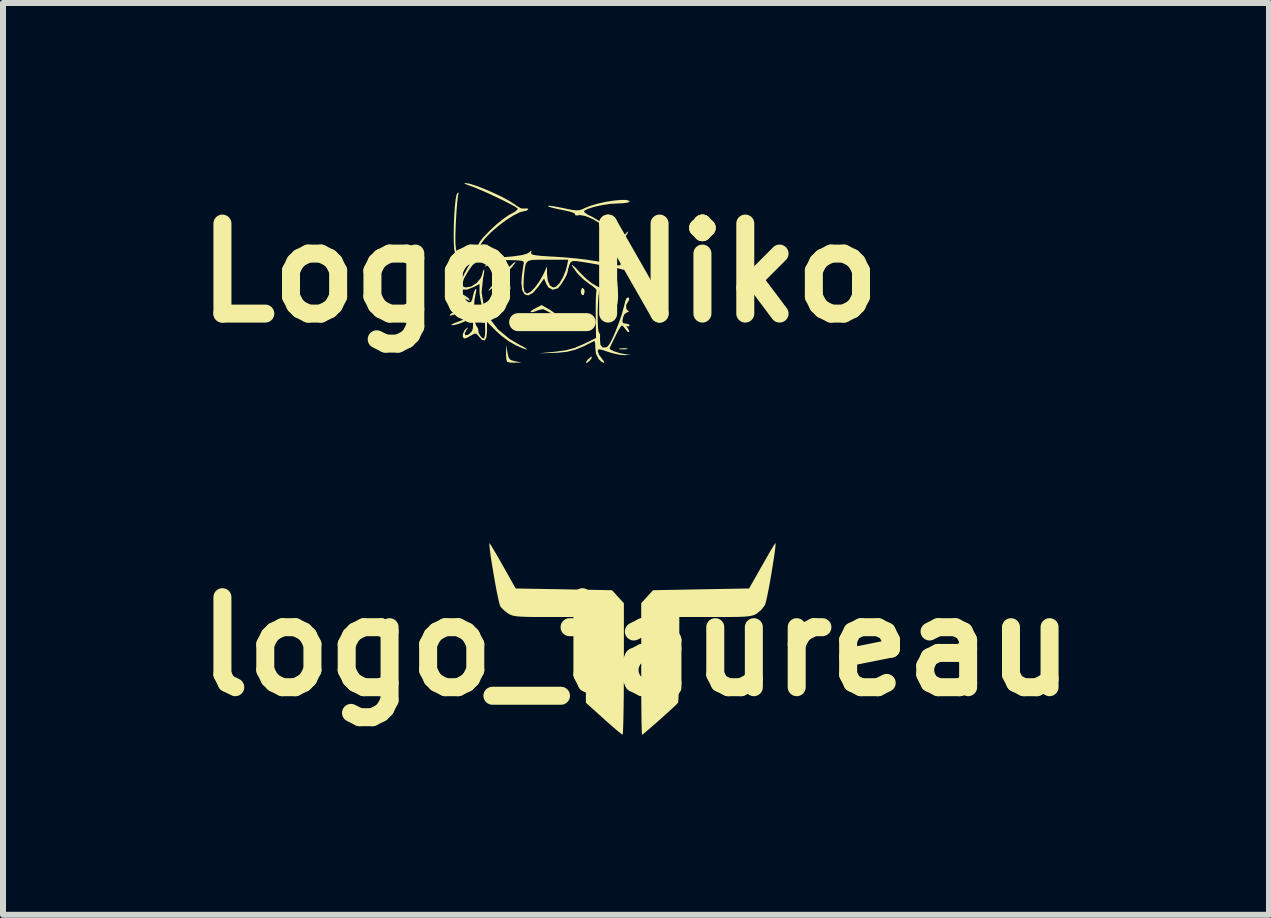
<source format=kicad_pcb>
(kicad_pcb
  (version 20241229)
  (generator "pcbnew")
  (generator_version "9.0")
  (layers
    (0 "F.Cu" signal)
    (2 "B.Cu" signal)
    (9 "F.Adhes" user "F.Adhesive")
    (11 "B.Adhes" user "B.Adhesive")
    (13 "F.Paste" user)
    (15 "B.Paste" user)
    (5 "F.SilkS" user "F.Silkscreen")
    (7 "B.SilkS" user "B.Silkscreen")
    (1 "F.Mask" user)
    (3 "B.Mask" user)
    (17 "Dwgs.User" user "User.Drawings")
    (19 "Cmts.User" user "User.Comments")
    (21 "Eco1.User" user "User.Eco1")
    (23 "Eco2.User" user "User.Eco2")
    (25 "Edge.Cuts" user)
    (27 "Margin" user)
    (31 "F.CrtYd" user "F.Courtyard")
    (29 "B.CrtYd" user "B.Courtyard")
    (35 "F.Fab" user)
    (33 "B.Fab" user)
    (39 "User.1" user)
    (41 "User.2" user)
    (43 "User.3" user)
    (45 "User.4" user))
  (footprint "logo_taureau"
    (layer "F.Cu")
    (at 7.55 7.725)
    (property "Reference" "logo_taureau" (at 0 0 0) (layer "F.SilkS") (effects (font (size 1.5 1.5) (thickness 0.3))))
    (attr board_only exclude_from_pos_files exclude_from_bom)
    (fp_poly (pts (xy -2.427 -1.702) (xy -2.388 -1.639) (xy -2.331 -1.543) (xy -2.261 -1.421) (xy -2.22 -1.349) (xy -2.005 -0.967) (xy -1.202 -0.953) (xy -0.4 -0.938) (xy -0.301 -0.83) (xy -0.202 -0.722) (xy -0.202 0.375) (xy -0.203 0.62) (xy -0.204 0.846) (xy -0.207 1.047) (xy -0.21 1.215) (xy -0.214 1.346) (xy -0.218 1.433) (xy -0.223 1.47) (xy -0.224 1.47) (xy -0.252 1.451) (xy -0.314 1.401) (xy -0.403 1.325) (xy -0.508 1.232) (xy -0.54 1.203) (xy -0.835 0.938) (xy -0.836 0.224) (xy -0.837 -0.491) (xy -1.436 -0.491) (xy -1.64 -0.491) (xy -1.794 -0.493) (xy -1.908 -0.497) (xy -1.989 -0.503) (xy -2.047 -0.513) (xy -2.089 -0.527) (xy -2.125 -0.546) (xy -2.127 -0.547) (xy -2.202 -0.604) (xy -2.259 -0.665) (xy -2.262 -0.67) (xy -2.276 -0.712) (xy -2.296 -0.798) (xy -2.321 -0.916) (xy -2.347 -1.056) (xy -2.373 -1.206) (xy -2.398 -1.355) (xy -2.42 -1.492) (xy -2.435 -1.607) (xy -2.444 -1.687) (xy -2.443 -1.723) (xy -2.443 -1.723)) (stroke (width 0) (type solid)) (fill yes) (layer "F.SilkS"))
    (fp_poly (pts (xy 2.326 -1.691) (xy 2.318 -1.612) (xy 2.302 -1.498) (xy 2.281 -1.362) (xy 2.257 -1.214) (xy 2.231 -1.065) (xy 2.205 -0.927) (xy 2.181 -0.81) (xy 2.161 -0.727) (xy 2.149 -0.691) (xy 2.092 -0.615) (xy 2.016 -0.55) (xy 2.012 -0.547) (xy 1.976 -0.528) (xy 1.934 -0.514) (xy 1.877 -0.504) (xy 1.797 -0.497) (xy 1.685 -0.493) (xy 1.534 -0.491) (xy 1.333 -0.491) (xy 1.321 -0.491) (xy 0.722 -0.491) (xy 0.721 0.209) (xy 0.72 0.405) (xy 0.718 0.583) (xy 0.714 0.733) (xy 0.709 0.848) (xy 0.704 0.919) (xy 0.7 0.939) (xy 0.67 0.97) (xy 0.608 1.028) (xy 0.525 1.105) (xy 0.429 1.191) (xy 0.33 1.279) (xy 0.238 1.359) (xy 0.163 1.424) (xy 0.114 1.463) (xy 0.101 1.472) (xy 0.098 1.444) (xy 0.095 1.365) (xy 0.092 1.24) (xy 0.09 1.077) (xy 0.088 0.881) (xy 0.087 0.659) (xy 0.087 0.416) (xy 0.087 0.375) (xy 0.087 -0.722) (xy 0.185 -0.83) (xy 0.284 -0.938) (xy 1.085 -0.953) (xy 1.885 -0.967) (xy 2.102 -1.35) (xy 2.177 -1.481) (xy 2.241 -1.593) (xy 2.291 -1.675) (xy 2.319 -1.719) (xy 2.325 -1.725)) (stroke (width 0) (type solid)) (fill yes) (layer "F.SilkS")))
  (footprint "Logo_Niko"
    (layer "F.Cu")
    (at 5.943 1.498)
    (property "Reference" "Logo_Niko" (at 0 0 0) (layer "F.SilkS") (effects (font (size 1.5 1.5) (thickness 0.3))))
    (attr board_only exclude_from_pos_files exclude_from_bom)
    (fp_poly (pts (xy -0.49 0.212) (xy -0.487 0.265) (xy -0.503 0.317) (xy -0.526 0.337) (xy -0.556 0.327) (xy -0.558 0.268) (xy -0.54 0.208) (xy -0.516 0.187)) (stroke (width 0) (type solid)) (fill yes) (layer "F.SilkS"))
    (fp_poly (pts (xy 0.745 0.276) (xy 0.751 0.313) (xy 0.738 0.364) (xy 0.719 0.375) (xy 0.694 0.349) (xy 0.688 0.313) (xy 0.701 0.262) (xy 0.719 0.25)) (stroke (width 0) (type solid)) (fill yes) (layer "F.SilkS"))
    (fp_poly (pts (xy 0.867 1.424) (xy 0.834 1.465) (xy 0.793 1.497) (xy 0.778 1.501) (xy 0.776 1.483) (xy 0.805 1.444) (xy 0.851 1.404) (xy 0.873 1.396)) (stroke (width 0) (type solid)) (fill yes) (layer "F.SilkS"))
    (fp_poly (pts (xy 1.463 1.261) (xy 1.47 1.269) (xy 1.425 1.274) (xy 1.392 1.275) (xy 1.331 1.272) (xy 1.322 1.264) (xy 1.338 1.26) (xy 1.419 1.255)) (stroke (width 0) (type solid)) (fill yes) (layer "F.SilkS"))
    (fp_poly (pts (xy -1.191 0.591) (xy -1.223 0.617) (xy -1.29 0.645) (xy -1.378 0.676) (xy -1.446 0.702) (xy -1.447 0.703) (xy -1.492 0.714) (xy -1.501 0.708) (xy -1.475 0.679) (xy -1.407 0.641) (xy -1.317 0.605) (xy -1.278 0.593) (xy -1.209 0.58)) (stroke (width 0) (type solid)) (fill yes) (layer "F.SilkS"))
    (fp_poly (pts (xy -1.157 0.747) (xy -1.184 0.775) (xy -1.25 0.81) (xy -1.334 0.844) (xy -1.415 0.868) (xy -1.463 0.874) (xy -1.471 0.864) (xy -1.428 0.841) (xy -1.392 0.827) (xy -1.299 0.792) (xy -1.225 0.758) (xy -1.212 0.751) (xy -1.169 0.737)) (stroke (width 0) (type solid)) (fill yes) (layer "F.SilkS"))
    (fp_poly (pts (xy -0.535 1.329) (xy -0.517 1.412) (xy -0.483 1.452) (xy -0.416 1.472) (xy -0.407 1.474) (xy -0.297 1.493) (xy -0.409 1.497) (xy -0.489 1.495) (xy -0.539 1.483) (xy -0.542 1.481) (xy -0.554 1.439) (xy -0.559 1.36) (xy -0.559 1.332) (xy -0.554 1.204)) (stroke (width 0) (type solid)) (fill yes) (layer "F.SilkS"))
    (fp_poly (pts (xy -1.417 0.306) (xy -1.338 0.333) (xy -1.258 0.371) (xy -1.195 0.413) (xy -1.173 0.438) (xy -1.161 0.461) (xy -1.174 0.463) (xy -1.223 0.439) (xy -1.283 0.407) (xy -1.367 0.367) (xy -1.437 0.346) (xy -1.447 0.345) (xy -1.493 0.329) (xy -1.501 0.311) (xy -1.477 0.296)) (stroke (width 0) (type solid)) (fill yes) (layer "F.SilkS"))
    (fp_poly (pts (xy 0.166 0.612) (xy 0.231 0.655) (xy 0.258 0.682) (xy 0.249 0.688) (xy 0.189 0.671) (xy 0.129 0.638) (xy 0.06 0.604) (xy -0.01 0.618) (xy -0.02 0.622) (xy -0.1 0.651) (xy -0.145 0.656) (xy -0.148 0.64) (xy -0.1 0.606) (xy -0.083 0.597) (xy 0.034 0.537)) (stroke (width 0) (type solid)) (fill yes) (layer "F.SilkS"))
    (fp_poly (pts (xy -0.412 -0.16) (xy -0.461 -0.097) (xy -0.539 -0.009) (xy -0.633 0.094) (xy -0.727 0.191) (xy -0.799 0.261) (xy -0.843 0.298) (xy -0.852 0.296) (xy -0.851 0.295) (xy -0.815 0.243) (xy -0.752 0.166) (xy -0.673 0.076) (xy -0.588 -0.015) (xy -0.507 -0.097) (xy -0.442 -0.158) (xy -0.403 -0.187) (xy -0.398 -0.188)) (stroke (width 0) (type solid)) (fill yes) (layer "F.SilkS"))
    (fp_poly (pts (xy -1.355 -1.305) (xy -1.364 -1.255) (xy -1.374 -1.155) (xy -1.385 -1.02) (xy -1.394 -0.863) (xy -1.396 -0.835) (xy -1.403 -0.64) (xy -1.403 -0.5) (xy -1.395 -0.406) (xy -1.379 -0.35) (xy -1.378 -0.348) (xy -1.356 -0.288) (xy -1.357 -0.259) (xy -1.379 -0.272) (xy -1.408 -0.327) (xy -1.41 -0.332) (xy -1.423 -0.398) (xy -1.43 -0.507) (xy -1.431 -0.646) (xy -1.429 -0.801) (xy -1.422 -0.958) (xy -1.412 -1.103) (xy -1.399 -1.223) (xy -1.383 -1.303) (xy -1.371 -1.329) (xy -1.348 -1.34)) (stroke (width 0) (type solid)) (fill yes) (layer "F.SilkS"))
    (fp_poly (pts (xy 0.551 -0.129) (xy 0.605 -0.079) (xy 0.679 0.001) (xy 0.772 0.093) (xy 0.867 0.17) (xy 0.938 0.212) (xy 0.998 0.245) (xy 1.015 0.268) (xy 1.009 0.273) (xy 0.994 0.307) (xy 0.982 0.386) (xy 0.974 0.497) (xy 0.969 0.625) (xy 0.968 0.753) (xy 0.971 0.868) (xy 0.978 0.955) (xy 0.99 0.999) (xy 0.995 1.001) (xy 1.008 1.028) (xy 1.008 1.095) (xy 1.007 1.11) (xy 1.014 1.198) (xy 1.051 1.244) (xy 1.11 1.241) (xy 1.139 1.222) (xy 1.173 1.173) (xy 1.22 1.081) (xy 1.272 0.96) (xy 1.324 0.826) (xy 1.369 0.696) (xy 1.4 0.584) (xy 1.404 0.568) (xy 1.431 0.462) (xy 1.457 0.412) (xy 1.485 0.412) (xy 1.492 0.418) (xy 1.492 0.454) (xy 1.476 0.476) (xy 1.443 0.537) (xy 1.446 0.601) (xy 1.478 0.636) (xy 1.492 0.65) (xy 1.466 0.654) (xy 1.419 0.683) (xy 1.396 0.727) (xy 1.38 0.803) (xy 1.389 0.837) (xy 1.431 0.845) (xy 1.439 0.845) (xy 1.49 0.858) (xy 1.501 0.878) (xy 1.481 0.895) (xy 1.462 0.887) (xy 1.444 0.884) (xy 1.467 0.918) (xy 1.494 0.967) (xy 1.492 0.989) (xy 1.465 0.98) (xy 1.434 0.941) (xy 1.395 0.891) (xy 1.371 0.876) (xy 1.348 0.902) (xy 1.307 0.969) (xy 1.263 1.056) (xy 1.216 1.152) (xy 1.181 1.224) (xy 1.166 1.255) (xy 1.183 1.279) (xy 1.243 1.308) (xy 1.328 1.335) (xy 1.42 1.354) (xy 1.423 1.355) (xy 1.517 1.367) (xy 1.415 1.372) (xy 1.327 1.364) (xy 1.213 1.338) (xy 1.141 1.316) (xy 1.045 1.284) (xy 0.993 1.274) (xy 0.973 1.285) (xy 0.97 1.306) (xy 0.99 1.364) (xy 1.038 1.429) (xy 1.075 1.478) (xy 1.077 1.501) (xy 1.074 1.501) (xy 1.031 1.48) (xy 0.985 1.438) (xy 0.939 1.345) (xy 0.929 1.249) (xy 0.926 1.173) (xy 0.916 1.135) (xy 0.911 1.134) (xy 0.737 1.223) (xy 0.594 1.281) (xy 0.459 1.315) (xy 0.312 1.331) (xy 0.25 1.333) (xy -0.016 1.341) (xy 0.257 1.314) (xy 0.437 1.29) (xy 0.585 1.25) (xy 0.731 1.188) (xy 0.735 1.186) (xy 0.941 1.085) (xy 0.936 0.697) (xy 0.936 0.547) (xy 0.938 0.422) (xy 0.943 0.332) (xy 0.949 0.292) (xy 0.95 0.291) (xy 0.937 0.266) (xy 0.883 0.221) (xy 0.836 0.189) (xy 0.735 0.112) (xy 0.642 0.021) (xy 0.618 -0.008) (xy 0.556 -0.094) (xy 0.534 -0.134)) (stroke (width 0) (type solid)) (fill yes) (layer "F.SilkS"))
    (fp_poly (pts (xy -1.169 -1.487) (xy -1.054 -1.451) (xy -0.915 -1.397) (xy -0.765 -1.332) (xy -0.62 -1.263) (xy -0.495 -1.194) (xy -0.404 -1.135) (xy -0.385 -1.119) (xy -0.306 -1.074) (xy -0.252 -1.072) (xy -0.201 -1.074) (xy -0.188 -1.061) (xy -0.214 -1.037) (xy -0.242 -1.032) (xy -0.327 -1.012) (xy -0.438 -0.956) (xy -0.563 -0.876) (xy -0.691 -0.779) (xy -0.811 -0.675) (xy -0.91 -0.574) (xy -0.977 -0.485) (xy -1.001 -0.42) (xy -0.995 -0.389) (xy -0.968 -0.397) (xy -0.917 -0.44) (xy -0.874 -0.477) (xy -0.867 -0.476) (xy -0.897 -0.434) (xy -0.936 -0.382) (xy -0.991 -0.306) (xy -1.024 -0.254) (xy -1.028 -0.239) (xy -0.994 -0.238) (xy -0.911 -0.241) (xy -0.789 -0.248) (xy -0.641 -0.258) (xy -0.626 -0.259) (xy -0.436 -0.276) (xy -0.302 -0.295) (xy -0.217 -0.317) (xy -0.179 -0.338) (xy -0.139 -0.37) (xy -0.134 -0.358) (xy -0.141 -0.339) (xy -0.141 -0.319) (xy -0.116 -0.304) (xy -0.057 -0.292) (xy 0.043 -0.282) (xy 0.196 -0.272) (xy 0.241 -0.27) (xy 0.422 -0.258) (xy 0.608 -0.241) (xy 0.775 -0.221) (xy 0.887 -0.204) (xy 1.007 -0.186) (xy 1.107 -0.175) (xy 1.167 -0.175) (xy 1.173 -0.176) (xy 1.222 -0.171) (xy 1.234 -0.159) (xy 1.28 -0.13) (xy 1.313 -0.125) (xy 1.344 -0.129) (xy 1.355 -0.151) (xy 1.348 -0.204) (xy 1.324 -0.303) (xy 1.324 -0.304) (xy 1.244 -0.527) (xy 1.134 -0.705) (xy 1.008 -0.824) (xy 0.884 -0.898) (xy 0.768 -0.946) (xy 0.675 -0.964) (xy 0.641 -0.958) (xy 0.601 -0.957) (xy 0.594 -0.969) (xy 0.587 -0.988) (xy 0.556 -1.005) (xy 0.492 -1.024) (xy 0.383 -1.048) (xy 0.303 -1.064) (xy 0.209 -1.086) (xy 0.149 -1.105) (xy 0.136 -1.116) (xy 0.172 -1.118) (xy 0.253 -1.107) (xy 0.364 -1.086) (xy 0.399 -1.079) (xy 0.525 -1.053) (xy 0.607 -1.042) (xy 0.665 -1.045) (xy 0.717 -1.062) (xy 0.748 -1.078) (xy 0.846 -1.118) (xy 0.969 -1.154) (xy 1.104 -1.184) (xy 1.237 -1.205) (xy 1.356 -1.216) (xy 1.447 -1.215) (xy 1.496 -1.2) (xy 1.501 -1.189) (xy 1.473 -1.172) (xy 1.397 -1.161) (xy 1.304 -1.157) (xy 1.178 -1.15) (xy 1.04 -1.129) (xy 0.909 -1.1) (xy 0.802 -1.066) (xy 0.739 -1.032) (xy 0.739 -1.032) (xy 0.75 -1.007) (xy 0.806 -0.969) (xy 0.872 -0.937) (xy 1.028 -0.845) (xy 1.163 -0.719) (xy 1.257 -0.578) (xy 1.26 -0.573) (xy 1.295 -0.496) (xy 1.4 -0.616) (xy 1.458 -0.677) (xy 1.48 -0.691) (xy 1.467 -0.661) (xy 1.42 -0.59) (xy 1.386 -0.544) (xy 1.339 -0.468) (xy 1.331 -0.408) (xy 1.344 -0.363) (xy 1.371 -0.266) (xy 1.383 -0.187) (xy 1.401 -0.115) (xy 1.446 -0.094) (xy 1.493 -0.079) (xy 1.501 -0.062) (xy 1.474 -0.045) (xy 1.4 -0.052) (xy 1.289 -0.081) (xy 1.287 -0.081) (xy 1.259 -0.077) (xy 1.265 -0.028) (xy 1.267 -0.024) (xy 1.28 0.043) (xy 1.294 0.149) (xy 1.305 0.269) (xy 1.309 0.41) (xy 1.298 0.511) (xy 1.269 0.591) (xy 1.268 0.593) (xy 1.23 0.654) (xy 1.202 0.679) (xy 1.199 0.677) (xy 1.203 0.643) (xy 1.232 0.589) (xy 1.266 0.502) (xy 1.281 0.373) (xy 1.277 0.223) (xy 1.253 0.069) (xy 1.248 0.047) (xy 1.224 -0.034) (xy 1.193 -0.079) (xy 1.134 -0.105) (xy 1.052 -0.123) (xy 0.924 -0.147) (xy 0.778 -0.172) (xy 0.709 -0.183) (xy 0.607 -0.197) (xy 0.549 -0.196) (xy 0.519 -0.177) (xy 0.499 -0.137) (xy 0.498 -0.134) (xy 0.476 -0.062) (xy 0.469 -0.021) (xy 0.452 0.032) (xy 0.411 0.11) (xy 0.36 0.19) (xy 0.313 0.247) (xy 0.301 0.258) (xy 0.22 0.281) (xy 0.151 0.246) (xy 0.114 0.188) (xy 0.075 0.094) (xy -0.025 0.235) (xy -0.112 0.334) (xy -0.189 0.375) (xy -0.249 0.359) (xy -0.289 0.289) (xy -0.295 0.23) (xy -0.268 0.23) (xy -0.25 0.316) (xy -0.21 0.345) (xy -0.147 0.315) (xy -0.076 0.242) (xy -0.005 0.144) (xy 0.059 0.033) (xy 0.067 0.016) (xy 0.124 -0.109) (xy 0.124 0.017) (xy 0.138 0.133) (xy 0.175 0.212) (xy 0.227 0.244) (xy 0.272 0.232) (xy 0.332 0.172) (xy 0.391 0.071) (xy 0.439 -0.049) (xy 0.457 -0.119) (xy 0.477 -0.219) (xy 0.13 -0.219) (xy -0.025 -0.219) (xy -0.129 -0.215) (xy -0.193 -0.197) (xy -0.228 -0.156) (xy -0.245 -0.084) (xy -0.257 0.027) (xy -0.263 0.087) (xy -0.268 0.23) (xy -0.295 0.23) (xy -0.303 0.168) (xy -0.297 0.069) (xy -0.283 -0.039) (xy -0.27 -0.125) (xy -0.263 -0.16) (xy -0.263 -0.184) (xy -0.289 -0.2) (xy -0.351 -0.208) (xy -0.46 -0.212) (xy -0.531 -0.212) (xy -0.668 -0.211) (xy -0.756 -0.206) (xy -0.811 -0.192) (xy -0.846 -0.167) (xy -0.863 -0.146) (xy -0.898 -0.101) (xy -0.904 -0.106) (xy -0.894 -0.142) (xy -0.889 -0.184) (xy -0.916 -0.198) (xy -0.984 -0.194) (xy -1.057 -0.176) (xy -1.116 -0.131) (xy -1.179 -0.045) (xy -1.185 -0.036) (xy -1.258 0.091) (xy -1.287 0.178) (xy -1.274 0.227) (xy -1.236 0.243) (xy -1.141 0.228) (xy -1.049 0.17) (xy -0.98 0.086) (xy -0.958 0.03) (xy -0.941 -0.035) (xy -0.926 -0.06) (xy -0.924 -0.059) (xy -0.923 -0.023) (xy -0.934 0.052) (xy -0.943 0.095) (xy -0.966 0.325) (xy -0.93 0.547) (xy -0.837 0.755) (xy -0.692 0.943) (xy -0.498 1.103) (xy -0.36 1.184) (xy -0.257 1.24) (xy -0.21 1.271) (xy -0.217 1.278) (xy -0.276 1.259) (xy -0.385 1.212) (xy -0.399 1.205) (xy -0.511 1.141) (xy -0.633 1.05) (xy -0.72 0.973) (xy -0.876 0.816) (xy -0.876 0.971) (xy -0.886 1.077) (xy -0.916 1.126) (xy -0.962 1.116) (xy -1.013 1.059) (xy -1.051 1.014) (xy -1.087 1.013) (xy -1.139 1.043) (xy -1.206 1.08) (xy -1.25 1.095) (xy -1.279 1.072) (xy -1.279 1.02) (xy -1.253 0.961) (xy -1.228 0.934) (xy -1.191 0.907) (xy -1.198 0.923) (xy -1.215 0.945) (xy -1.248 1.008) (xy -1.238 1.04) (xy -1.194 1.032) (xy -1.166 1.012) (xy -1.13 0.974) (xy -1.112 0.928) (xy -1.109 0.855) (xy -1.116 0.746) (xy -1.134 0.538) (xy -1.302 0.517) (xy -1.399 0.5) (xy -1.469 0.478) (xy -1.489 0.464) (xy -1.484 0.443) (xy -1.451 0.448) (xy -1.382 0.463) (xy -1.287 0.481) (xy -1.263 0.485) (xy -1.181 0.495) (xy -1.141 0.482) (xy -1.121 0.435) (xy -1.113 0.394) (xy -1.092 0.316) (xy -1.068 0.269) (xy -1.064 0.266) (xy -1.053 0.28) (xy -1.062 0.338) (xy -1.066 0.351) (xy -1.085 0.456) (xy -1.094 0.58) (xy -1.092 0.704) (xy -1.08 0.809) (xy -1.059 0.875) (xy -1.053 0.882) (xy -1.023 0.932) (xy -1.022 0.956) (xy -1.016 0.998) (xy -0.987 1.05) (xy -0.952 1.09) (xy -0.928 1.095) (xy -0.911 1.045) (xy -0.906 0.952) (xy -0.91 0.835) (xy -0.924 0.714) (xy -0.947 0.606) (xy -0.949 0.596) (xy -0.979 0.476) (xy -0.998 0.358) (xy -1.001 0.306) (xy -1.001 0.186) (xy -1.093 0.234) (xy -1.209 0.279) (xy -1.286 0.277) (xy -1.32 0.231) (xy -1.311 0.144) (xy -1.256 0.019) (xy -1.252 0.012) (xy -1.202 -0.078) (xy -1.168 -0.142) (xy -1.157 -0.166) (xy -1.186 -0.171) (xy -1.259 -0.171) (xy -1.337 -0.169) (xy -1.517 -0.16) (xy -1.303 -0.197) (xy -1.157 -0.232) (xy -1.066 -0.278) (xy -1.024 -0.341) (xy -1.024 -0.42) (xy -1.023 -0.465) (xy -0.996 -0.519) (xy -0.938 -0.592) (xy -0.84 -0.694) (xy -0.824 -0.71) (xy -0.715 -0.811) (xy -0.603 -0.901) (xy -0.509 -0.966) (xy -0.478 -0.982) (xy -0.404 -1.023) (xy -0.366 -1.059) (xy -0.365 -1.072) (xy -0.401 -1.099) (xy -0.482 -1.144) (xy -0.595 -1.202) (xy -0.726 -1.265) (xy -0.863 -1.329) (xy -0.993 -1.386) (xy -1.102 -1.431) (xy -1.163 -1.453) (xy -1.231 -1.478) (xy -1.254 -1.495) (xy -1.244 -1.498)) (stroke (width 0) (type solid)) (fill yes) (layer "F.SilkS")))
  (gr_rect
    (start -3 -3)
    (end 18.1 12.197)
    (stroke (width 0.1) (type default))
    (fill no)
    (layer "Edge.Cuts")))
</source>
